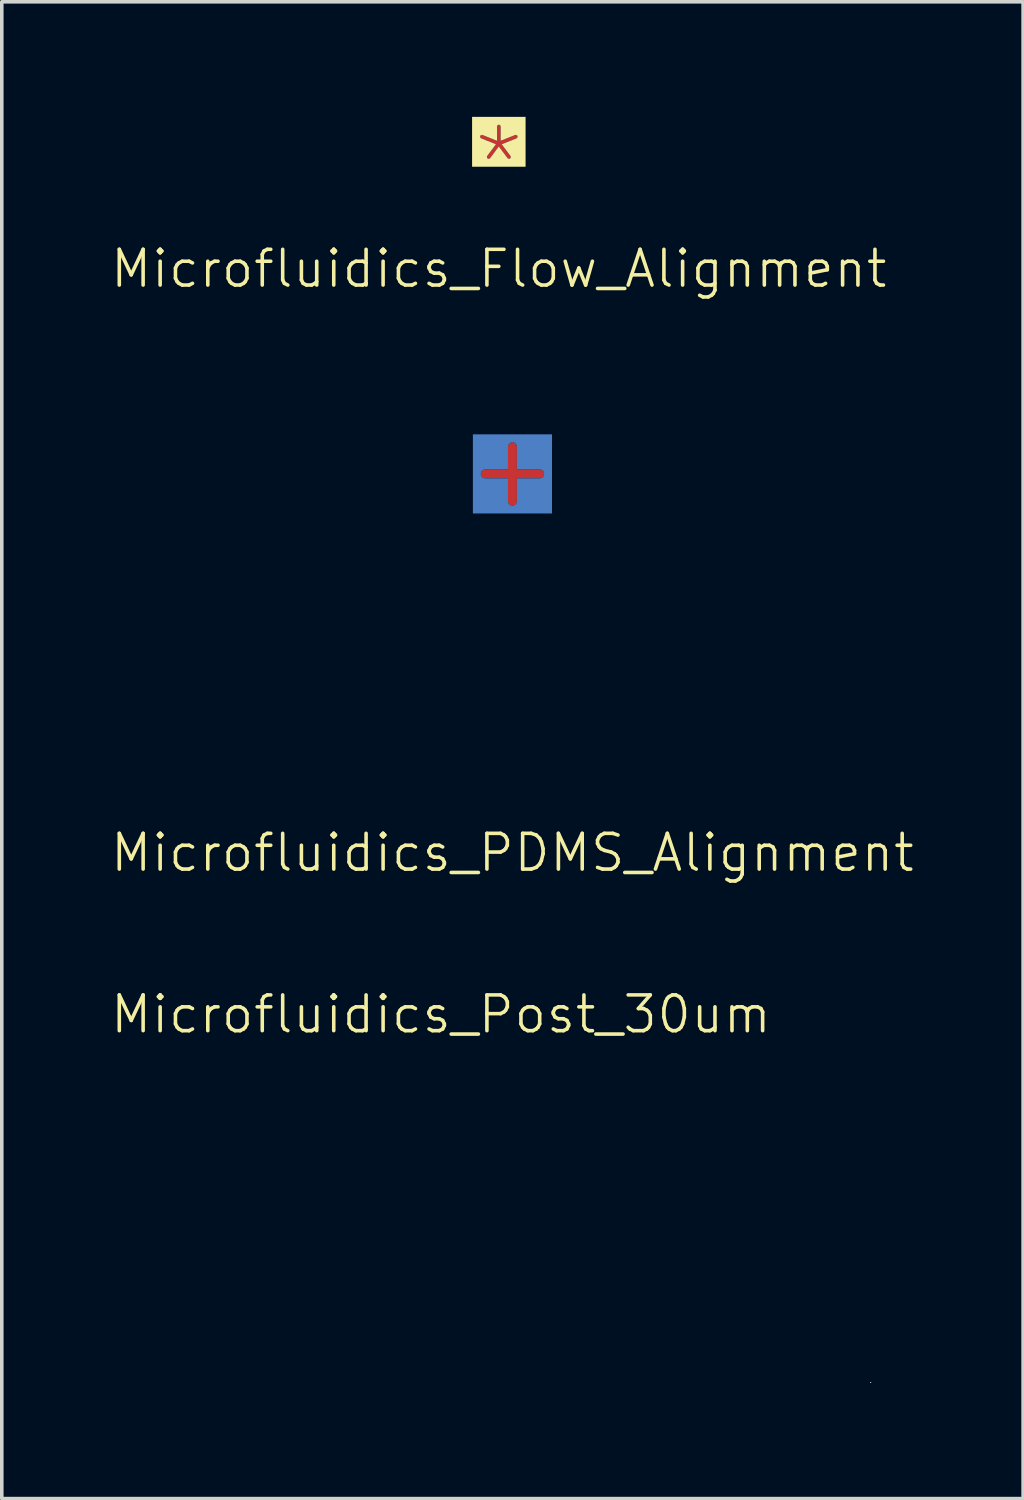
<source format=kicad_pcb>
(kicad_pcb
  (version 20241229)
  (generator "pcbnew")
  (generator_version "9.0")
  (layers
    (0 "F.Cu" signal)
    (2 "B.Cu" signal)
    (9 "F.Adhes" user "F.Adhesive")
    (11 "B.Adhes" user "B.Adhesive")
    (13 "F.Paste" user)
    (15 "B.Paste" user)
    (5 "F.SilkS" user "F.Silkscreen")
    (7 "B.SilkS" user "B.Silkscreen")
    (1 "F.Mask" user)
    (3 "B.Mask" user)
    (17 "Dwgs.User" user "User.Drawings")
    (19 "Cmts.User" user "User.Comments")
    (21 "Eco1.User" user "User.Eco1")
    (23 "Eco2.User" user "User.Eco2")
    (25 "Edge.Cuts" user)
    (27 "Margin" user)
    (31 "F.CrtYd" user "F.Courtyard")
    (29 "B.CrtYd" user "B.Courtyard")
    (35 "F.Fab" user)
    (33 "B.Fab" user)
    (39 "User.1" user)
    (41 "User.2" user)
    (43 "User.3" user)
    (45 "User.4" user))
  (footprint "Microfluidics_PDMS_Alignment"
    (layer "F.Cu")
    (at 11.288 10.209)
    (property "Reference" "Microfluidics_PDMS_Alignment" (at 0 10.6 0) (unlocked yes) (layer "F.SilkS") (effects (font (size 1 1) (thickness 0.1))))
    (attr smd)
    (fp_text user "+" (at 0 -0.15 0) (unlocked yes) (layer "F.Cu") (effects (font (size 2 2) (thickness 0.25))))
    (fp_text user "+" (at 0 -0.15 0) (unlocked yes) (layer "B.Cu" knockout) (effects (font (size 2 2) (thickness 0.25)))))
  (footprint "Microfluidics_Post_30um"
    (layer "F.Cu")
    (at 21.313 35.63)
    (property "Reference" "Microfluidics_Post_30um" (at -12.025 -10.3 0) (unlocked yes) (layer "F.SilkS") (effects (font (size 1 1) (thickness 0.1))))
    (attr smd)
    (pad "" np_thru_hole circle (at 0 0) (size 0.03 0.03) (drill 0.03) (layers "F.Cu")))
  (footprint "Microfluidics_Flow_Alignment"
    (layer "F.Cu")
    (at 10.907 0.968)
    (property "Reference" "Microfluidics_Flow_Alignment" (at 0 3.5 0) (unlocked yes) (layer "F.SilkS") (effects (font (size 1 1) (thickness 0.1))))
    (attr smd)
    (fp_text user "*" (at 0 0.6 0) (unlocked yes) (layer "F.Cu") (effects (font (size 2 2) (thickness 0.1))))
    (fp_text user "*" (at 0 0.6 0) (unlocked yes) (layer "F.SilkS" knockout) (effects (font (size 2 2) (thickness 0.1)))))
  (gr_rect
    (start -3 -3)
    (end 25.576 38.88)
    (stroke (width 0.1) (type default))
    (fill no)
    (layer "Edge.Cuts")))
</source>
